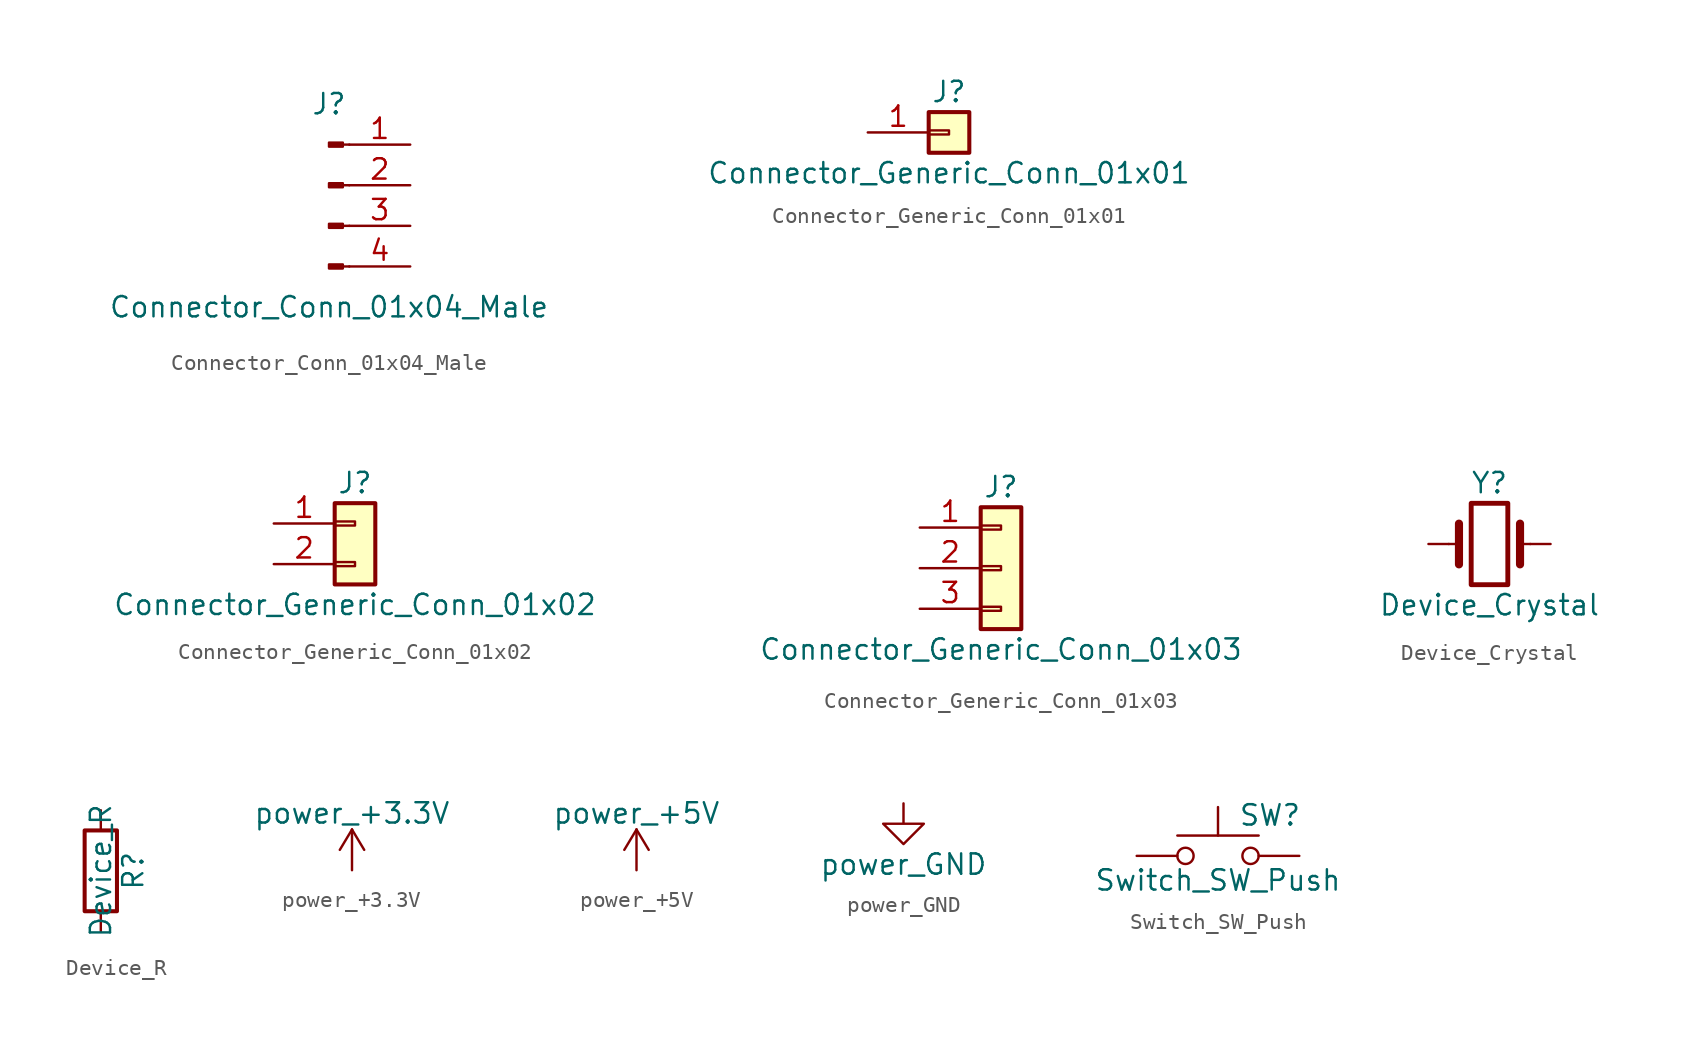
<source format=kicad_sym>
(kicad_symbol_lib
  (version 20210619)
  (generator kicad_symbol_editor)
  (symbol "OpenFlops:Connector_Conn_01x04_Male"
    (pin_names
      (offset 1.016) hide)
    (property "Reference" "J"
      (at 0 5.08 0)
      (effects (font (size 1.27 1.27))))
    (property "Value" "Connector_Conn_01x04_Male"
      (at 0 -7.62 0)
      (effects (font (size 1.27 1.27))))
    (symbol "Connector_Conn_01x04_Male_1_1"
      (rectangle (start 0.864 -4.953) (end 0 -5.207) (stroke (width 0.152)) (fill (type outline)))
      (rectangle (start 0.864 -2.413) (end 0 -2.667) (stroke (width 0.152)) (fill (type outline)))
      (rectangle (start 0.864 0.127) (end 0 -0.127) (stroke (width 0.152)) (fill (type outline)))
      (rectangle (start 0.864 2.667) (end 0 2.413) (stroke (width 0.152)) (fill (type outline)))
      (polyline (pts (xy 1.27 -5.08) (xy 0.864 -5.08)) (stroke (width 0.152)) (fill (type none)))
      (polyline (pts (xy 1.27 -2.54) (xy 0.864 -2.54)) (stroke (width 0.152)) (fill (type none)))
      (polyline (pts (xy 1.27 0) (xy 0.864 0)) (stroke (width 0.152)) (fill (type none)))
      (polyline (pts (xy 1.27 2.54) (xy 0.864 2.54)) (stroke (width 0.152)) (fill (type none)))
      (pin passive line (at 5.08 2.54 180) (length 3.81) (name "Pin_1" (effects (font (size 1.27 1.27)))) (number "1" (effects (font (size 1.27 1.27)))))
      (pin passive line (at 5.08 0 180) (length 3.81) (name "Pin_2" (effects (font (size 1.27 1.27)))) (number "2" (effects (font (size 1.27 1.27)))))
      (pin passive line (at 5.08 -2.54 180) (length 3.81) (name "Pin_3" (effects (font (size 1.27 1.27)))) (number "3" (effects (font (size 1.27 1.27)))))
      (pin passive line (at 5.08 -5.08 180) (length 3.81) (name "Pin_4" (effects (font (size 1.27 1.27)))) (number "4" (effects (font (size 1.27 1.27)))))))
  (symbol "OpenFlops:Connector_Generic_Conn_01x01"
    (pin_names
      (offset 1.016) hide)
    (property "Reference" "J"
      (at 0 2.54 0)
      (effects (font (size 1.27 1.27))))
    (property "Value" "Connector_Generic_Conn_01x01"
      (at 0 -2.54 0)
      (effects (font (size 1.27 1.27))))
    (symbol "Connector_Generic_Conn_01x01_1_1"
      (rectangle (start -1.27 0.127) (end 0 -0.127) (stroke (width 0.152)) (fill (type none)))
      (rectangle (start -1.27 1.27) (end 1.27 -1.27) (stroke (width 0.254)) (fill (type background)))
      (pin passive line (at -5.08 0 0) (length 3.81) (name "Pin_1" (effects (font (size 1.27 1.27)))) (number "1" (effects (font (size 1.27 1.27)))))))
  (symbol "OpenFlops:Connector_Generic_Conn_01x02"
    (pin_names
      (offset 1.016) hide)
    (property "Reference" "J"
      (at 0 2.54 0)
      (effects (font (size 1.27 1.27))))
    (property "Value" "Connector_Generic_Conn_01x02"
      (at 0 -5.08 0)
      (effects (font (size 1.27 1.27))))
    (symbol "Connector_Generic_Conn_01x02_1_1"
      (rectangle (start -1.27 -2.413) (end 0 -2.667) (stroke (width 0.152)) (fill (type none)))
      (rectangle (start -1.27 0.127) (end 0 -0.127) (stroke (width 0.152)) (fill (type none)))
      (rectangle (start -1.27 1.27) (end 1.27 -3.81) (stroke (width 0.254)) (fill (type background)))
      (pin passive line (at -5.08 0 0) (length 3.81) (name "Pin_1" (effects (font (size 1.27 1.27)))) (number "1" (effects (font (size 1.27 1.27)))))
      (pin passive line (at -5.08 -2.54 0) (length 3.81) (name "Pin_2" (effects (font (size 1.27 1.27)))) (number "2" (effects (font (size 1.27 1.27)))))))
  (symbol "OpenFlops:Connector_Generic_Conn_01x03"
    (pin_names
      (offset 1.016) hide)
    (property "Reference" "J"
      (at 0 5.08 0)
      (effects (font (size 1.27 1.27))))
    (property "Value" "Connector_Generic_Conn_01x03"
      (at 0 -5.08 0)
      (effects (font (size 1.27 1.27))))
    (symbol "Connector_Generic_Conn_01x03_1_1"
      (rectangle (start -1.27 -2.413) (end 0 -2.667) (stroke (width 0.152)) (fill (type none)))
      (rectangle (start -1.27 0.127) (end 0 -0.127) (stroke (width 0.152)) (fill (type none)))
      (rectangle (start -1.27 2.667) (end 0 2.413) (stroke (width 0.152)) (fill (type none)))
      (rectangle (start -1.27 3.81) (end 1.27 -3.81) (stroke (width 0.254)) (fill (type background)))
      (pin passive line (at -5.08 2.54 0) (length 3.81) (name "Pin_1" (effects (font (size 1.27 1.27)))) (number "1" (effects (font (size 1.27 1.27)))))
      (pin passive line (at -5.08 0 0) (length 3.81) (name "Pin_2" (effects (font (size 1.27 1.27)))) (number "2" (effects (font (size 1.27 1.27)))))
      (pin passive line (at -5.08 -2.54 0) (length 3.81) (name "Pin_3" (effects (font (size 1.27 1.27)))) (number "3" (effects (font (size 1.27 1.27)))))))
  (symbol "OpenFlops:Device_Crystal"
    (pin_numbers hide)
    (pin_names
      (offset 1.016) hide)
    (property "Reference" "Y"
      (at 0 3.81 0)
      (effects (font (size 1.27 1.27))))
    (property "Value" "Device_Crystal"
      (at 0 -3.81 0)
      (effects (font (size 1.27 1.27))))
    (symbol "Device_Crystal_0_1"
      (rectangle (start -1.143 2.54) (end 1.143 -2.54) (stroke (width 0.305)) (fill (type none)))
      (polyline (pts (xy -2.54 0) (xy -1.905 0)) (stroke (width 0)) (fill (type none)))
      (polyline (pts (xy -1.905 -1.27) (xy -1.905 1.27)) (stroke (width 0.508)) (fill (type none)))
      (polyline (pts (xy 1.905 -1.27) (xy 1.905 1.27)) (stroke (width 0.508)) (fill (type none)))
      (polyline (pts (xy 2.54 0) (xy 1.905 0)) (stroke (width 0)) (fill (type none))))
    (symbol "Device_Crystal_1_1"
      (pin passive line (at -3.81 0 0) (length 1.27) (name "1" (effects (font (size 1.27 1.27)))) (number "1" (effects (font (size 1.27 1.27)))))
      (pin passive line (at 3.81 0 180) (length 1.27) (name "2" (effects (font (size 1.27 1.27)))) (number "2" (effects (font (size 1.27 1.27)))))))
  (symbol "OpenFlops:Device_R"
    (pin_numbers hide)
    (pin_names
      (offset 0))
    (property "Reference" "R"
      (at 2.032 0 90)
      (effects (font (size 1.27 1.27))))
    (property "Value" "Device_R"
      (at 0 0 90)
      (effects (font (size 1.27 1.27))))
    (symbol "Device_R_0_1"
      (rectangle (start -1.016 -2.54) (end 1.016 2.54) (stroke (width 0.254)) (fill (type none))))
    (symbol "Device_R_1_1"
      (pin passive line (at 0 3.81 270) (length 1.27) (name "~" (effects (font (size 1.27 1.27)))) (number "1" (effects (font (size 1.27 1.27)))))
      (pin passive line (at 0 -3.81 90) (length 1.27) (name "~" (effects (font (size 1.27 1.27)))) (number "2" (effects (font (size 1.27 1.27)))))))
  (symbol "OpenFlops:power_+3.3V"
    (power)
    (pin_names
      (offset 0))
    (property "Reference" "#PWR"
      (at 0 -3.81 0)
      (effects (font (size 1.27 1.27)) hide))
    (property "Value" "power_+3.3V"
      (at 0 3.556 0)
      (effects (font (size 1.27 1.27))))
    (symbol "power_+3.3V_0_1"
      (polyline (pts (xy -0.762 1.27) (xy 0 2.54)) (stroke (width 0)) (fill (type none)))
      (polyline (pts (xy 0 0) (xy 0 2.54)) (stroke (width 0)) (fill (type none)))
      (polyline (pts (xy 0 2.54) (xy 0.762 1.27)) (stroke (width 0)) (fill (type none))))
    (symbol "power_+3.3V_1_1"
      (pin power_in line (at 0 0 90) (length 0) hide (name "+3V3" (effects (font (size 1.27 1.27)))) (number "1" (effects (font (size 1.27 1.27)))))))
  (symbol "OpenFlops:power_+5V"
    (power)
    (pin_names
      (offset 0))
    (property "Reference" "#PWR"
      (at 0 -3.81 0)
      (effects (font (size 1.27 1.27)) hide))
    (property "Value" "power_+5V"
      (at 0 3.556 0)
      (effects (font (size 1.27 1.27))))
    (symbol "power_+5V_0_1"
      (polyline (pts (xy -0.762 1.27) (xy 0 2.54)) (stroke (width 0)) (fill (type none)))
      (polyline (pts (xy 0 0) (xy 0 2.54)) (stroke (width 0)) (fill (type none)))
      (polyline (pts (xy 0 2.54) (xy 0.762 1.27)) (stroke (width 0)) (fill (type none))))
    (symbol "power_+5V_1_1"
      (pin power_in line (at 0 0 90) (length 0) hide (name "+5V" (effects (font (size 1.27 1.27)))) (number "1" (effects (font (size 1.27 1.27)))))))
  (symbol "OpenFlops:power_GND"
    (power)
    (pin_names
      (offset 0))
    (property "Reference" "#PWR"
      (at 0 -6.35 0)
      (effects (font (size 1.27 1.27)) hide))
    (property "Value" "power_GND"
      (at 0 -3.81 0)
      (effects (font (size 1.27 1.27))))
    (symbol "power_GND_0_1"
      (polyline (pts (xy 0 0) (xy 0 -1.27) (xy 1.27 -1.27) (xy 0 -2.54) (xy -1.27 -1.27) (xy 0 -1.27)) (stroke (width 0)) (fill (type none))))
    (symbol "power_GND_1_1"
      (pin power_in line (at 0 0 270) (length 0) hide (name "GND" (effects (font (size 1.27 1.27)))) (number "1" (effects (font (size 1.27 1.27)))))))
  (symbol "OpenFlops:Switch_SW_Push"
    (pin_numbers hide)
    (pin_names
      (offset 1.016) hide)
    (property "Reference" "SW"
      (at 1.27 2.54 0)
      (effects (font (size 1.27 1.27)) (justify left)))
    (property "Value" "Switch_SW_Push"
      (at 0 -1.524 0)
      (effects (font (size 1.27 1.27))))
    (symbol "Switch_SW_Push_0_1"
      (circle (center -2.032 0) (radius 0.508) (stroke (width 0)) (fill (type none)))
      (circle (center 2.032 0) (radius 0.508) (stroke (width 0)) (fill (type none)))
      (polyline (pts (xy 0 1.27) (xy 0 3.048)) (stroke (width 0)) (fill (type none)))
      (polyline (pts (xy 2.54 1.27) (xy -2.54 1.27)) (stroke (width 0)) (fill (type none)))
      (pin passive line (at -5.08 0 0) (length 2.54) (name "1" (effects (font (size 1.27 1.27)))) (number "1" (effects (font (size 1.27 1.27)))))
      (pin passive line (at 5.08 0 180) (length 2.54) (name "2" (effects (font (size 1.27 1.27)))) (number "2" (effects (font (size 1.27 1.27))))))))
</source>
